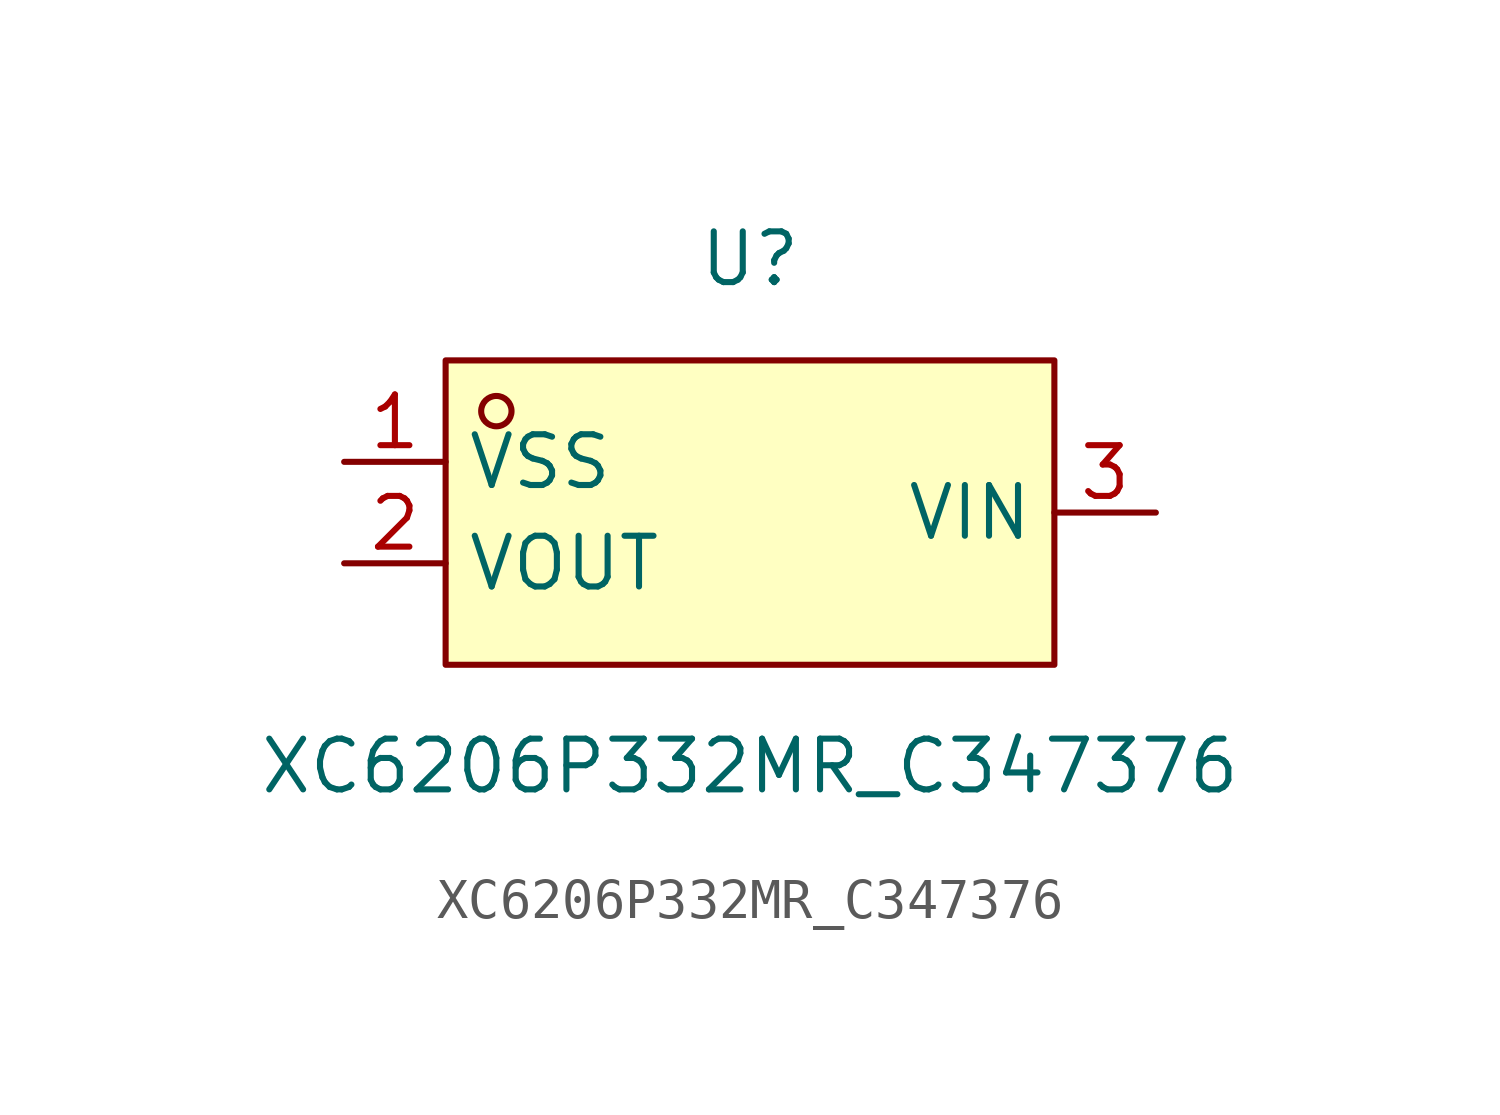
<source format=kicad_sym>
(kicad_symbol_lib
  (version 20220914)
  (generator kicad_symbol_editor)
  (symbol "XC6206P332MR_C347376"
    (property "Reference" "U"
      (at 0 6.35 0)
      (effects (font (size 1.27 1.27))))
    (property "Value" "XC6206P332MR_C347376"
      (at 0 -6.35 0)
      (effects (font (size 1.27 1.27))))
    (symbol "XC6206P332MR_C347376_0_1"
      (rectangle (start -7.62 3.81) (end 7.62 -3.81) (stroke (width 0) (type default)) (fill (type background)))
      (circle (center -6.35 2.54) (radius 0.38) (stroke (width 0) (type default)) (fill (type none))))
    (symbol "XC6206P332MR_C347376_1_1"
      (pin power_in line (at -10.16 1.27 0) (length 2.54) (name "VSS" (effects (font (size 1.27 1.27)))) (number "1" (effects (font (size 1.27 1.27)))))
      (pin power_out line (at -10.16 -1.27 0) (length 2.54) (name "VOUT" (effects (font (size 1.27 1.27)))) (number "2" (effects (font (size 1.27 1.27)))))
      (pin power_in line (at 10.16 0 180) (length 2.54) (name "VIN" (effects (font (size 1.27 1.27)))) (number "3" (effects (font (size 1.27 1.27))))))))
</source>
